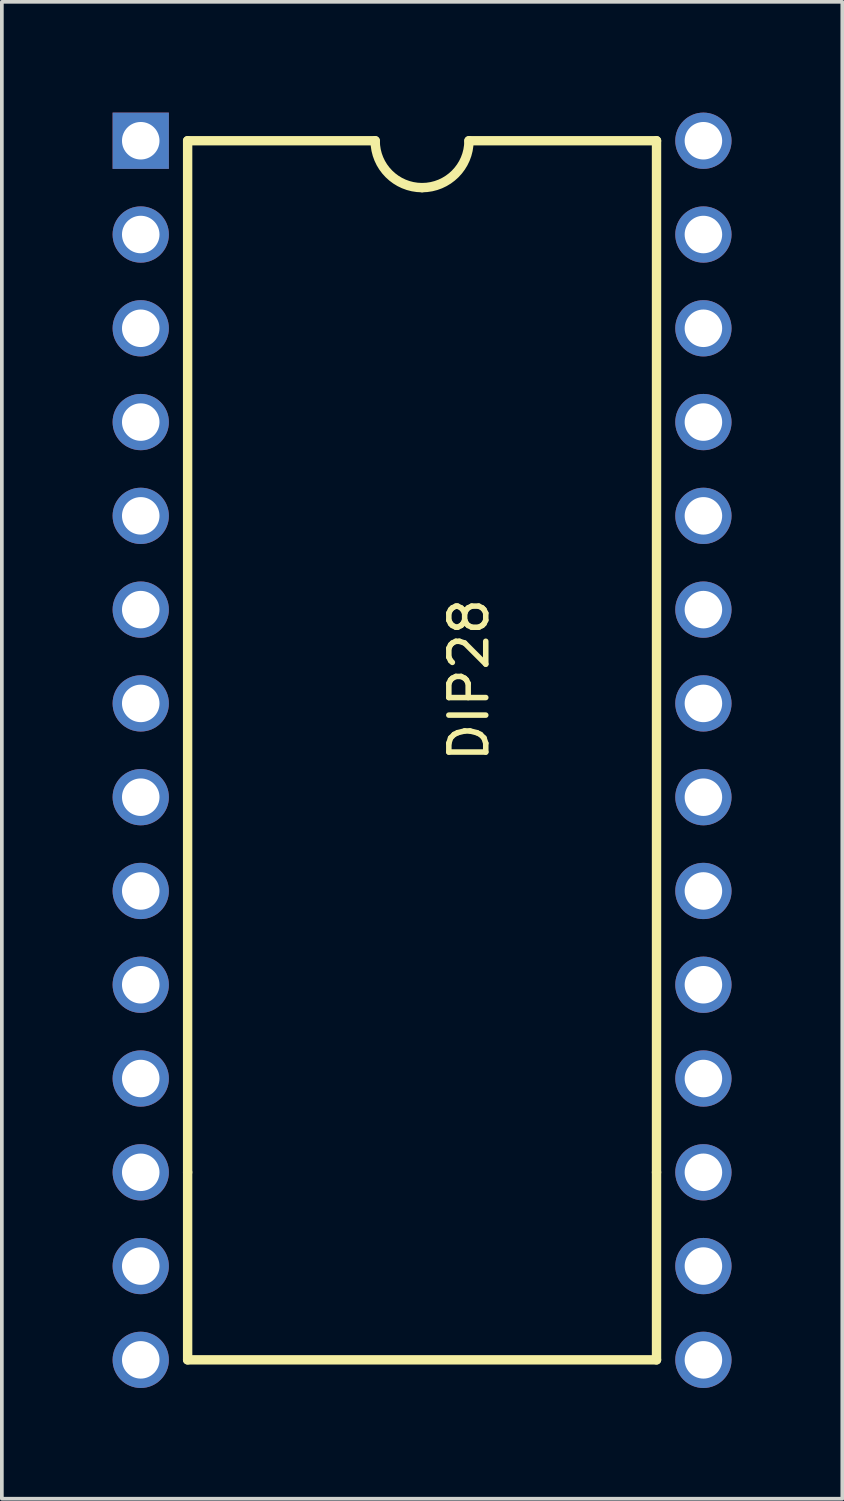
<source format=kicad_pcb>
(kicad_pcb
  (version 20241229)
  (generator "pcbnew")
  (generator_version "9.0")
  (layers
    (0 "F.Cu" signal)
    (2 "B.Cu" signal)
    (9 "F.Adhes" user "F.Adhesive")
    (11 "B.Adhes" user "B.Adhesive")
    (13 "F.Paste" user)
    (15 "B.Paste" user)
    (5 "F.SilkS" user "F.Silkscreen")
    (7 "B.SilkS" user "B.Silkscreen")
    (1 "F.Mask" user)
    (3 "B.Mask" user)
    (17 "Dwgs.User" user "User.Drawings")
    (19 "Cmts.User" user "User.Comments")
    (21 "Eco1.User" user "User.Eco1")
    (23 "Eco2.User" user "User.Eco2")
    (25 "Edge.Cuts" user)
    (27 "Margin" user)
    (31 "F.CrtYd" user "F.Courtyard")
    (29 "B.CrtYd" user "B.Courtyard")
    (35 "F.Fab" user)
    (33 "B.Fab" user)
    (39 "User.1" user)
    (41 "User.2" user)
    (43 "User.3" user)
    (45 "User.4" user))
  (footprint "DIP28"
    (layer "F.Cu")
    (at 9.017 17.272)
    (property "Reference" "DIP28" (at 0.635 -1.905 90) (unlocked yes) (layer "F.SilkS") (effects (font (size 1 1) (thickness 0.15))))
    (attr through_hole)
    (fp_line (start -6.985 -16.51) (end -6.985 11.43) (stroke (width 0.254) (type solid)) (layer "F.SilkS"))
    (fp_line (start -6.985 -16.51) (end -1.905 -16.51) (stroke (width 0.254) (type solid)) (layer "F.SilkS"))
    (fp_line (start -6.985 11.43) (end -6.985 16.51) (stroke (width 0.254) (type solid)) (layer "F.SilkS"))
    (fp_line (start -6.985 16.51) (end 5.715 16.51) (stroke (width 0.254) (type solid)) (layer "F.SilkS"))
    (fp_line (start 5.715 -16.51) (end 0.635 -16.51) (stroke (width 0.254) (type solid)) (layer "F.SilkS"))
    (fp_line (start 5.715 11.43) (end 5.715 -16.51) (stroke (width 0.254) (type solid)) (layer "F.SilkS"))
    (fp_line (start 5.715 11.43) (end 5.715 16.51) (stroke (width 0.254) (type solid)) (layer "F.SilkS"))
    (fp_arc (start -0.635 -15.24) (mid -1.533026 -15.611974) (end -1.905 -16.51) (stroke (width 0.254) (type solid)) (layer "F.SilkS"))
    (fp_arc (start 0.635 -16.51) (mid 0.263026 -15.611974) (end -0.635 -15.24) (stroke (width 0.254) (type solid)) (layer "F.SilkS"))
    (pad "1" thru_hole rect (at -8.255 -16.51) (size 1.524 1.524) (drill 1.016) (layers "*.Cu" "*.Mask"))
    (pad "2" thru_hole circle (at -8.255 -13.97) (size 1.524 1.524) (drill 1.016) (layers "*.Cu" "*.Mask"))
    (pad "3" thru_hole circle (at -8.255 -11.43) (size 1.524 1.524) (drill 1.016) (layers "*.Cu" "*.Mask"))
    (pad "4" thru_hole circle (at -8.255 -8.89) (size 1.524 1.524) (drill 1.016) (layers "*.Cu" "*.Mask"))
    (pad "5" thru_hole circle (at -8.255 -6.35) (size 1.524 1.524) (drill 1.016) (layers "*.Cu" "*.Mask"))
    (pad "6" thru_hole circle (at -8.255 -3.81) (size 1.524 1.524) (drill 1.016) (layers "*.Cu" "*.Mask"))
    (pad "7" thru_hole circle (at -8.255 -1.27) (size 1.524 1.524) (drill 1.016) (layers "*.Cu" "*.Mask"))
    (pad "8" thru_hole circle (at -8.255 1.27) (size 1.524 1.524) (drill 1.016) (layers "*.Cu" "*.Mask"))
    (pad "9" thru_hole circle (at -8.255 3.81) (size 1.524 1.524) (drill 1.016) (layers "*.Cu" "*.Mask"))
    (pad "10" thru_hole circle (at -8.255 6.35) (size 1.524 1.524) (drill 1.016) (layers "*.Cu" "*.Mask"))
    (pad "11" thru_hole circle (at -8.255 8.89) (size 1.524 1.524) (drill 1.016) (layers "*.Cu" "*.Mask"))
    (pad "12" thru_hole circle (at -8.255 11.43) (size 1.524 1.524) (drill 1.016) (layers "*.Cu" "*.Mask"))
    (pad "13" thru_hole circle (at -8.255 13.97) (size 1.524 1.524) (drill 1.016) (layers "*.Cu" "*.Mask"))
    (pad "14" thru_hole circle (at -8.255 16.51) (size 1.524 1.524) (drill 1.016) (layers "*.Cu" "*.Mask"))
    (pad "15" thru_hole circle (at 6.985 16.51) (size 1.524 1.524) (drill 1.016) (layers "*.Cu" "*.Mask"))
    (pad "16" thru_hole circle (at 6.985 13.97) (size 1.524 1.524) (drill 1.016) (layers "*.Cu" "*.Mask"))
    (pad "17" thru_hole circle (at 6.985 11.43) (size 1.524 1.524) (drill 1.016) (layers "*.Cu" "*.Mask"))
    (pad "18" thru_hole circle (at 6.985 8.89) (size 1.524 1.524) (drill 1.016) (layers "*.Cu" "*.Mask"))
    (pad "19" thru_hole circle (at 6.985 6.35) (size 1.524 1.524) (drill 1.016) (layers "*.Cu" "*.Mask"))
    (pad "20" thru_hole circle (at 6.985 3.81) (size 1.524 1.524) (drill 1.016) (layers "*.Cu" "*.Mask"))
    (pad "21" thru_hole circle (at 6.985 1.27) (size 1.524 1.524) (drill 1.016) (layers "*.Cu" "*.Mask"))
    (pad "22" thru_hole circle (at 6.985 -1.27) (size 1.524 1.524) (drill 1.016) (layers "*.Cu" "*.Mask"))
    (pad "23" thru_hole circle (at 6.985 -3.81) (size 1.524 1.524) (drill 1.016) (layers "*.Cu" "*.Mask"))
    (pad "24" thru_hole circle (at 6.985 -6.35) (size 1.524 1.524) (drill 1.016) (layers "*.Cu" "*.Mask"))
    (pad "25" thru_hole circle (at 6.985 -8.89) (size 1.524 1.524) (drill 1.016) (layers "*.Cu" "*.Mask"))
    (pad "26" thru_hole circle (at 6.985 -11.43) (size 1.524 1.524) (drill 1.016) (layers "*.Cu" "*.Mask"))
    (pad "27" thru_hole circle (at 6.985 -13.97) (size 1.524 1.524) (drill 1.016) (layers "*.Cu" "*.Mask"))
    (pad "28" thru_hole circle (at 6.985 -16.51) (size 1.524 1.524) (drill 1.016) (layers "*.Cu" "*.Mask")))
  (gr_rect
    (start -3 -3)
    (end 19.764 37.544)
    (stroke (width 0.1) (type default))
    (fill no)
    (layer "Edge.Cuts")))
</source>
